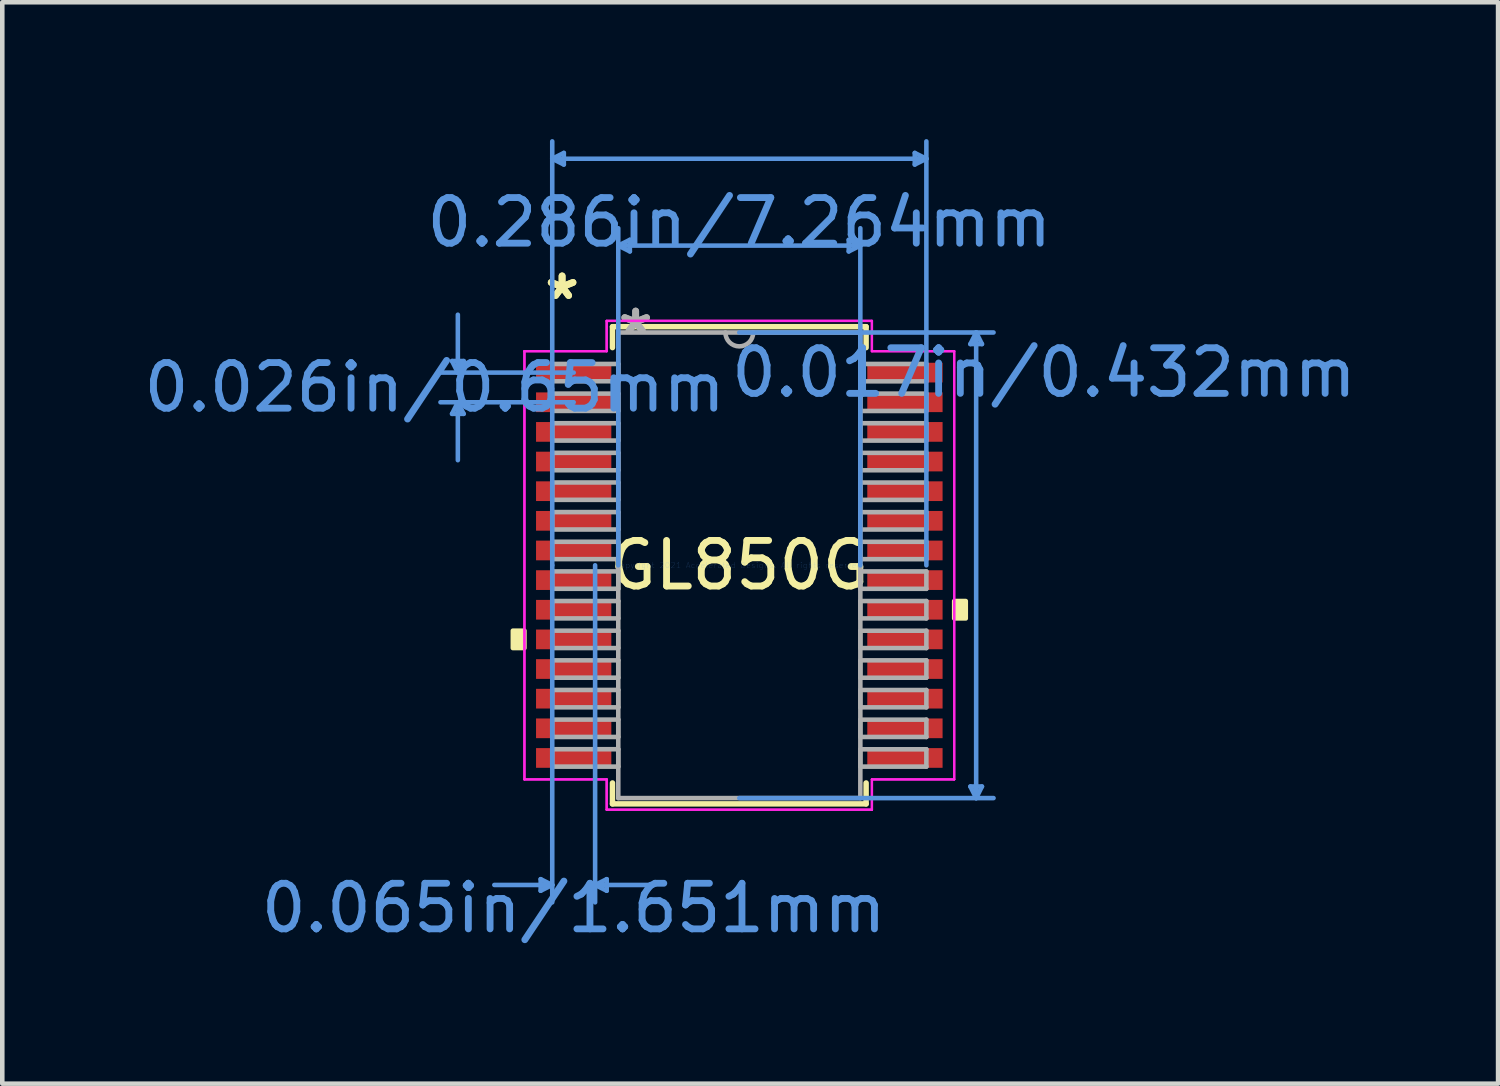
<source format=kicad_pcb>
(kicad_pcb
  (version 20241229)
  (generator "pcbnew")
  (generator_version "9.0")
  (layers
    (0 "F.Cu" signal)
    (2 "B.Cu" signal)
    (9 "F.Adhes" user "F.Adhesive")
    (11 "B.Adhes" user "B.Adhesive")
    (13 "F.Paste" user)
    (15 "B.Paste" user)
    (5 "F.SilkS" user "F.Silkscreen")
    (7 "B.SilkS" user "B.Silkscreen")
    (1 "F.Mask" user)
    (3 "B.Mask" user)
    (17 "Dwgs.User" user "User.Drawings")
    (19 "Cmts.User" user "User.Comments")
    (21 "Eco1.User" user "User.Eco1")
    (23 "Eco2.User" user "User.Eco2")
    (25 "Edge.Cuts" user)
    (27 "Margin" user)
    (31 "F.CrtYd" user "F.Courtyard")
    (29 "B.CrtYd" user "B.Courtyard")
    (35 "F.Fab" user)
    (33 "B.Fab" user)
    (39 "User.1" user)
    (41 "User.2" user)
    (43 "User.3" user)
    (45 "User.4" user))
  (footprint "GL850G"
    (layer "F.Cu")
    (at 13.162 9.346)
    (property "Reference" "GL850G" (at 0 0 0) (layer "F.SilkS") (effects (font (size 1 1) (thickness 0.15))))
    (attr through_hole)
    (fp_line (start -2.781 -5.232) (end -2.781 -4.773) (stroke (width 0.12) (type solid)) (layer "F.SilkS"))
    (fp_line (start -2.781 4.773) (end -2.781 5.232) (stroke (width 0.12) (type solid)) (layer "F.SilkS"))
    (fp_line (start -2.781 5.232) (end 2.781 5.232) (stroke (width 0.12) (type solid)) (layer "F.SilkS"))
    (fp_line (start 2.781 -5.232) (end -2.781 -5.232) (stroke (width 0.12) (type solid)) (layer "F.SilkS"))
    (fp_line (start 2.781 -4.773) (end 2.781 -5.232) (stroke (width 0.12) (type solid)) (layer "F.SilkS"))
    (fp_line (start 2.781 5.232) (end 2.781 4.773) (stroke (width 0.12) (type solid)) (layer "F.SilkS"))
    (fp_poly (pts (xy -4.966 1.434) (xy -4.966 1.815) (xy -4.712 1.815) (xy -4.712 1.434)) (stroke (width 0.1) (type solid)) (fill yes) (layer "F.SilkS"))
    (fp_poly (pts (xy 4.966 0.784) (xy 4.966 1.165) (xy 4.712 1.165) (xy 4.712 0.784)) (stroke (width 0.1) (type solid)) (fill yes) (layer "F.SilkS"))
    (fp_line (start -6.299 -4.479) (end -6.045 -4.479) (stroke (width 0.1) (type solid)) (layer "Cmts.User"))
    (fp_line (start -6.299 -3.321) (end -6.045 -3.321) (stroke (width 0.1) (type solid)) (layer "Cmts.User"))
    (fp_line (start -6.172 -4.225) (end -6.299 -4.479) (stroke (width 0.1) (type solid)) (layer "Cmts.User"))
    (fp_line (start -6.172 -4.225) (end -6.172 -5.495) (stroke (width 0.1) (type solid)) (layer "Cmts.User"))
    (fp_line (start -6.172 -4.225) (end -6.045 -4.479) (stroke (width 0.1) (type solid)) (layer "Cmts.User"))
    (fp_line (start -6.172 -3.575) (end -6.299 -3.321) (stroke (width 0.1) (type solid)) (layer "Cmts.User"))
    (fp_line (start -6.172 -3.575) (end -6.172 -2.305) (stroke (width 0.1) (type solid)) (layer "Cmts.User"))
    (fp_line (start -6.172 -3.575) (end -6.045 -3.321) (stroke (width 0.1) (type solid)) (layer "Cmts.User"))
    (fp_line (start -4.356 6.883) (end -4.356 7.137) (stroke (width 0.1) (type solid)) (layer "Cmts.User"))
    (fp_line (start -4.102 -8.915) (end -3.848 -9.042) (stroke (width 0.1) (type solid)) (layer "Cmts.User"))
    (fp_line (start -4.102 -8.915) (end -3.848 -8.788) (stroke (width 0.1) (type solid)) (layer "Cmts.User"))
    (fp_line (start -4.102 -8.915) (end 4.102 -8.915) (stroke (width 0.1) (type solid)) (layer "Cmts.User"))
    (fp_line (start -4.102 0) (end -4.102 -9.296) (stroke (width 0.1) (type solid)) (layer "Cmts.User"))
    (fp_line (start -4.102 0) (end -4.102 7.391) (stroke (width 0.1) (type solid)) (layer "Cmts.User"))
    (fp_line (start -4.102 7.01) (end -5.372 7.01) (stroke (width 0.1) (type solid)) (layer "Cmts.User"))
    (fp_line (start -4.102 7.01) (end -4.356 6.883) (stroke (width 0.1) (type solid)) (layer "Cmts.User"))
    (fp_line (start -4.102 7.01) (end -4.356 7.137) (stroke (width 0.1) (type solid)) (layer "Cmts.User"))
    (fp_line (start -3.848 -9.042) (end -3.848 -8.788) (stroke (width 0.1) (type solid)) (layer "Cmts.User"))
    (fp_line (start -3.632 -4.225) (end -6.553 -4.225) (stroke (width 0.1) (type solid)) (layer "Cmts.User"))
    (fp_line (start -3.632 -3.575) (end -6.553 -3.575) (stroke (width 0.1) (type solid)) (layer "Cmts.User"))
    (fp_line (start -3.162 0) (end -3.162 7.391) (stroke (width 0.1) (type solid)) (layer "Cmts.User"))
    (fp_line (start -3.162 7.01) (end -2.908 6.883) (stroke (width 0.1) (type solid)) (layer "Cmts.User"))
    (fp_line (start -3.162 7.01) (end -2.908 7.137) (stroke (width 0.1) (type solid)) (layer "Cmts.User"))
    (fp_line (start -3.162 7.01) (end -1.892 7.01) (stroke (width 0.1) (type solid)) (layer "Cmts.User"))
    (fp_line (start -2.908 6.883) (end -2.908 7.137) (stroke (width 0.1) (type solid)) (layer "Cmts.User"))
    (fp_line (start -2.654 -7.01) (end -2.4 -7.137) (stroke (width 0.1) (type solid)) (layer "Cmts.User"))
    (fp_line (start -2.654 -7.01) (end -2.4 -6.883) (stroke (width 0.1) (type solid)) (layer "Cmts.User"))
    (fp_line (start -2.654 -7.01) (end 2.654 -7.01) (stroke (width 0.1) (type solid)) (layer "Cmts.User"))
    (fp_line (start -2.654 0) (end -2.654 -7.391) (stroke (width 0.1) (type solid)) (layer "Cmts.User"))
    (fp_line (start -2.4 -7.137) (end -2.4 -6.883) (stroke (width 0.1) (type solid)) (layer "Cmts.User"))
    (fp_line (start 0 -5.105) (end 5.575 -5.105) (stroke (width 0.1) (type solid)) (layer "Cmts.User"))
    (fp_line (start 0 5.105) (end 5.575 5.105) (stroke (width 0.1) (type solid)) (layer "Cmts.User"))
    (fp_line (start 2.4 -7.137) (end 2.4 -6.883) (stroke (width 0.1) (type solid)) (layer "Cmts.User"))
    (fp_line (start 2.654 -7.01) (end 2.4 -7.137) (stroke (width 0.1) (type solid)) (layer "Cmts.User"))
    (fp_line (start 2.654 -7.01) (end 2.4 -6.883) (stroke (width 0.1) (type solid)) (layer "Cmts.User"))
    (fp_line (start 2.654 0) (end 2.654 -7.391) (stroke (width 0.1) (type solid)) (layer "Cmts.User"))
    (fp_line (start 3.848 -9.042) (end 3.848 -8.788) (stroke (width 0.1) (type solid)) (layer "Cmts.User"))
    (fp_line (start 4.102 -8.915) (end 3.848 -9.042) (stroke (width 0.1) (type solid)) (layer "Cmts.User"))
    (fp_line (start 4.102 -8.915) (end 3.848 -8.788) (stroke (width 0.1) (type solid)) (layer "Cmts.User"))
    (fp_line (start 4.102 0) (end 4.102 -9.296) (stroke (width 0.1) (type solid)) (layer "Cmts.User"))
    (fp_line (start 5.067 -4.851) (end 5.321 -4.851) (stroke (width 0.1) (type solid)) (layer "Cmts.User"))
    (fp_line (start 5.067 4.851) (end 5.321 4.851) (stroke (width 0.1) (type solid)) (layer "Cmts.User"))
    (fp_line (start 5.194 -5.105) (end 5.067 -4.851) (stroke (width 0.1) (type solid)) (layer "Cmts.User"))
    (fp_line (start 5.194 -5.105) (end 5.194 5.105) (stroke (width 0.1) (type solid)) (layer "Cmts.User"))
    (fp_line (start 5.194 -5.105) (end 5.321 -4.851) (stroke (width 0.1) (type solid)) (layer "Cmts.User"))
    (fp_line (start 5.194 5.105) (end 5.067 4.851) (stroke (width 0.1) (type solid)) (layer "Cmts.User"))
    (fp_line (start 5.194 5.105) (end 5.321 4.851) (stroke (width 0.1) (type solid)) (layer "Cmts.User"))
    (fp_line (start -4.712 -4.695) (end -2.908 -4.695) (stroke (width 0.05) (type solid)) (layer "F.CrtYd"))
    (fp_line (start -4.712 -4.695) (end -2.908 -4.695) (stroke (width 0.05) (type solid)) (layer "F.CrtYd"))
    (fp_line (start -4.712 4.695) (end -4.712 -4.695) (stroke (width 0.05) (type solid)) (layer "F.CrtYd"))
    (fp_line (start -4.712 4.695) (end -4.712 -4.695) (stroke (width 0.05) (type solid)) (layer "F.CrtYd"))
    (fp_line (start -4.712 4.695) (end -2.908 4.695) (stroke (width 0.05) (type solid)) (layer "F.CrtYd"))
    (fp_line (start -2.908 -5.359) (end 2.908 -5.359) (stroke (width 0.05) (type solid)) (layer "F.CrtYd"))
    (fp_line (start -2.908 -5.359) (end 2.908 -5.359) (stroke (width 0.05) (type solid)) (layer "F.CrtYd"))
    (fp_line (start -2.908 -4.695) (end -2.908 -5.359) (stroke (width 0.05) (type solid)) (layer "F.CrtYd"))
    (fp_line (start -2.908 -4.695) (end -2.908 -5.359) (stroke (width 0.05) (type solid)) (layer "F.CrtYd"))
    (fp_line (start -2.908 4.695) (end -4.712 4.695) (stroke (width 0.05) (type solid)) (layer "F.CrtYd"))
    (fp_line (start -2.908 5.359) (end -2.908 4.695) (stroke (width 0.05) (type solid)) (layer "F.CrtYd"))
    (fp_line (start -2.908 5.359) (end -2.908 4.695) (stroke (width 0.05) (type solid)) (layer "F.CrtYd"))
    (fp_line (start 2.908 -5.359) (end 2.908 -4.695) (stroke (width 0.05) (type solid)) (layer "F.CrtYd"))
    (fp_line (start 2.908 -5.359) (end 2.908 -4.695) (stroke (width 0.05) (type solid)) (layer "F.CrtYd"))
    (fp_line (start 2.908 -4.695) (end 4.712 -4.695) (stroke (width 0.05) (type solid)) (layer "F.CrtYd"))
    (fp_line (start 2.908 4.695) (end 2.908 5.359) (stroke (width 0.05) (type solid)) (layer "F.CrtYd"))
    (fp_line (start 2.908 4.695) (end 2.908 5.359) (stroke (width 0.05) (type solid)) (layer "F.CrtYd"))
    (fp_line (start 2.908 5.359) (end -2.908 5.359) (stroke (width 0.05) (type solid)) (layer "F.CrtYd"))
    (fp_line (start 2.908 5.359) (end -2.908 5.359) (stroke (width 0.05) (type solid)) (layer "F.CrtYd"))
    (fp_line (start 4.712 -4.695) (end 2.908 -4.695) (stroke (width 0.05) (type solid)) (layer "F.CrtYd"))
    (fp_line (start 4.712 -4.695) (end 4.712 4.695) (stroke (width 0.05) (type solid)) (layer "F.CrtYd"))
    (fp_line (start 4.712 -4.695) (end 4.712 4.695) (stroke (width 0.05) (type solid)) (layer "F.CrtYd"))
    (fp_line (start 4.712 4.695) (end 2.908 4.695) (stroke (width 0.05) (type solid)) (layer "F.CrtYd"))
    (fp_line (start 4.712 4.695) (end 2.908 4.695) (stroke (width 0.05) (type solid)) (layer "F.CrtYd"))
    (fp_line (start -4.102 -4.415) (end -4.102 -4.035) (stroke (width 0.1) (type solid)) (layer "F.Fab"))
    (fp_line (start -4.102 -4.035) (end -2.654 -4.035) (stroke (width 0.1) (type solid)) (layer "F.Fab"))
    (fp_line (start -4.102 -3.765) (end -4.102 -3.385) (stroke (width 0.1) (type solid)) (layer "F.Fab"))
    (fp_line (start -4.102 -3.385) (end -2.654 -3.385) (stroke (width 0.1) (type solid)) (layer "F.Fab"))
    (fp_line (start -4.102 -3.115) (end -4.102 -2.735) (stroke (width 0.1) (type solid)) (layer "F.Fab"))
    (fp_line (start -4.102 -2.735) (end -2.654 -2.735) (stroke (width 0.1) (type solid)) (layer "F.Fab"))
    (fp_line (start -4.102 -2.466) (end -4.102 -2.084) (stroke (width 0.1) (type solid)) (layer "F.Fab"))
    (fp_line (start -4.102 -2.084) (end -2.654 -2.084) (stroke (width 0.1) (type solid)) (layer "F.Fab"))
    (fp_line (start -4.102 -1.816) (end -4.102 -1.435) (stroke (width 0.1) (type solid)) (layer "F.Fab"))
    (fp_line (start -4.102 -1.435) (end -2.654 -1.435) (stroke (width 0.1) (type solid)) (layer "F.Fab"))
    (fp_line (start -4.102 -1.166) (end -4.102 -0.785) (stroke (width 0.1) (type solid)) (layer "F.Fab"))
    (fp_line (start -4.102 -0.785) (end -2.654 -0.785) (stroke (width 0.1) (type solid)) (layer "F.Fab"))
    (fp_line (start -4.102 -0.516) (end -4.102 -0.135) (stroke (width 0.1) (type solid)) (layer "F.Fab"))
    (fp_line (start -4.102 -0.135) (end -2.654 -0.135) (stroke (width 0.1) (type solid)) (layer "F.Fab"))
    (fp_line (start -4.102 0.134) (end -4.102 0.515) (stroke (width 0.1) (type solid)) (layer "F.Fab"))
    (fp_line (start -4.102 0.515) (end -2.654 0.515) (stroke (width 0.1) (type solid)) (layer "F.Fab"))
    (fp_line (start -4.102 0.784) (end -4.102 1.165) (stroke (width 0.1) (type solid)) (layer "F.Fab"))
    (fp_line (start -4.102 1.165) (end -2.654 1.165) (stroke (width 0.1) (type solid)) (layer "F.Fab"))
    (fp_line (start -4.102 1.434) (end -4.102 1.815) (stroke (width 0.1) (type solid)) (layer "F.Fab"))
    (fp_line (start -4.102 1.815) (end -2.654 1.815) (stroke (width 0.1) (type solid)) (layer "F.Fab"))
    (fp_line (start -4.102 2.084) (end -4.102 2.465) (stroke (width 0.1) (type solid)) (layer "F.Fab"))
    (fp_line (start -4.102 2.465) (end -2.654 2.465) (stroke (width 0.1) (type solid)) (layer "F.Fab"))
    (fp_line (start -4.102 2.734) (end -4.102 3.115) (stroke (width 0.1) (type solid)) (layer "F.Fab"))
    (fp_line (start -4.102 3.115) (end -2.654 3.115) (stroke (width 0.1) (type solid)) (layer "F.Fab"))
    (fp_line (start -4.102 3.384) (end -4.102 3.765) (stroke (width 0.1) (type solid)) (layer "F.Fab"))
    (fp_line (start -4.102 3.765) (end -2.654 3.765) (stroke (width 0.1) (type solid)) (layer "F.Fab"))
    (fp_line (start -4.102 4.034) (end -4.102 4.415) (stroke (width 0.1) (type solid)) (layer "F.Fab"))
    (fp_line (start -4.102 4.415) (end -2.654 4.415) (stroke (width 0.1) (type solid)) (layer "F.Fab"))
    (fp_line (start -2.654 -5.105) (end -2.654 5.105) (stroke (width 0.1) (type solid)) (layer "F.Fab"))
    (fp_line (start -2.654 -4.415) (end -4.102 -4.415) (stroke (width 0.1) (type solid)) (layer "F.Fab"))
    (fp_line (start -2.654 -4.035) (end -2.654 -4.415) (stroke (width 0.1) (type solid)) (layer "F.Fab"))
    (fp_line (start -2.654 -3.765) (end -4.102 -3.765) (stroke (width 0.1) (type solid)) (layer "F.Fab"))
    (fp_line (start -2.654 -3.385) (end -2.654 -3.765) (stroke (width 0.1) (type solid)) (layer "F.Fab"))
    (fp_line (start -2.654 -3.115) (end -4.102 -3.115) (stroke (width 0.1) (type solid)) (layer "F.Fab"))
    (fp_line (start -2.654 -2.735) (end -2.654 -3.115) (stroke (width 0.1) (type solid)) (layer "F.Fab"))
    (fp_line (start -2.654 -2.466) (end -4.102 -2.466) (stroke (width 0.1) (type solid)) (layer "F.Fab"))
    (fp_line (start -2.654 -2.084) (end -2.654 -2.466) (stroke (width 0.1) (type solid)) (layer "F.Fab"))
    (fp_line (start -2.654 -1.816) (end -4.102 -1.816) (stroke (width 0.1) (type solid)) (layer "F.Fab"))
    (fp_line (start -2.654 -1.435) (end -2.654 -1.816) (stroke (width 0.1) (type solid)) (layer "F.Fab"))
    (fp_line (start -2.654 -1.166) (end -4.102 -1.166) (stroke (width 0.1) (type solid)) (layer "F.Fab"))
    (fp_line (start -2.654 -0.785) (end -2.654 -1.166) (stroke (width 0.1) (type solid)) (layer "F.Fab"))
    (fp_line (start -2.654 -0.516) (end -4.102 -0.516) (stroke (width 0.1) (type solid)) (layer "F.Fab"))
    (fp_line (start -2.654 -0.135) (end -2.654 -0.516) (stroke (width 0.1) (type solid)) (layer "F.Fab"))
    (fp_line (start -2.654 0.134) (end -4.102 0.134) (stroke (width 0.1) (type solid)) (layer "F.Fab"))
    (fp_line (start -2.654 0.515) (end -2.654 0.134) (stroke (width 0.1) (type solid)) (layer "F.Fab"))
    (fp_line (start -2.654 0.784) (end -4.102 0.784) (stroke (width 0.1) (type solid)) (layer "F.Fab"))
    (fp_line (start -2.654 1.165) (end -2.654 0.784) (stroke (width 0.1) (type solid)) (layer "F.Fab"))
    (fp_line (start -2.654 1.434) (end -4.102 1.434) (stroke (width 0.1) (type solid)) (layer "F.Fab"))
    (fp_line (start -2.654 1.815) (end -2.654 1.434) (stroke (width 0.1) (type solid)) (layer "F.Fab"))
    (fp_line (start -2.654 2.084) (end -4.102 2.084) (stroke (width 0.1) (type solid)) (layer "F.Fab"))
    (fp_line (start -2.654 2.465) (end -2.654 2.084) (stroke (width 0.1) (type solid)) (layer "F.Fab"))
    (fp_line (start -2.654 2.734) (end -4.102 2.734) (stroke (width 0.1) (type solid)) (layer "F.Fab"))
    (fp_line (start -2.654 3.115) (end -2.654 2.734) (stroke (width 0.1) (type solid)) (layer "F.Fab"))
    (fp_line (start -2.654 3.384) (end -4.102 3.384) (stroke (width 0.1) (type solid)) (layer "F.Fab"))
    (fp_line (start -2.654 3.765) (end -2.654 3.384) (stroke (width 0.1) (type solid)) (layer "F.Fab"))
    (fp_line (start -2.654 4.034) (end -4.102 4.034) (stroke (width 0.1) (type solid)) (layer "F.Fab"))
    (fp_line (start -2.654 4.415) (end -2.654 4.034) (stroke (width 0.1) (type solid)) (layer "F.Fab"))
    (fp_line (start -2.654 5.105) (end 2.654 5.105) (stroke (width 0.1) (type solid)) (layer "F.Fab"))
    (fp_line (start 2.654 -5.105) (end -2.654 -5.105) (stroke (width 0.1) (type solid)) (layer "F.Fab"))
    (fp_line (start 2.654 -4.415) (end 2.654 -4.034) (stroke (width 0.1) (type solid)) (layer "F.Fab"))
    (fp_line (start 2.654 -4.034) (end 4.102 -4.034) (stroke (width 0.1) (type solid)) (layer "F.Fab"))
    (fp_line (start 2.654 -3.765) (end 2.654 -3.384) (stroke (width 0.1) (type solid)) (layer "F.Fab"))
    (fp_line (start 2.654 -3.384) (end 4.102 -3.384) (stroke (width 0.1) (type solid)) (layer "F.Fab"))
    (fp_line (start 2.654 -3.115) (end 2.654 -2.734) (stroke (width 0.1) (type solid)) (layer "F.Fab"))
    (fp_line (start 2.654 -2.734) (end 4.102 -2.734) (stroke (width 0.1) (type solid)) (layer "F.Fab"))
    (fp_line (start 2.654 -2.465) (end 2.654 -2.084) (stroke (width 0.1) (type solid)) (layer "F.Fab"))
    (fp_line (start 2.654 -2.084) (end 4.102 -2.084) (stroke (width 0.1) (type solid)) (layer "F.Fab"))
    (fp_line (start 2.654 -1.815) (end 2.654 -1.434) (stroke (width 0.1) (type solid)) (layer "F.Fab"))
    (fp_line (start 2.654 -1.434) (end 4.102 -1.434) (stroke (width 0.1) (type solid)) (layer "F.Fab"))
    (fp_line (start 2.654 -1.165) (end 2.654 -0.784) (stroke (width 0.1) (type solid)) (layer "F.Fab"))
    (fp_line (start 2.654 -0.784) (end 4.102 -0.784) (stroke (width 0.1) (type solid)) (layer "F.Fab"))
    (fp_line (start 2.654 -0.515) (end 2.654 -0.134) (stroke (width 0.1) (type solid)) (layer "F.Fab"))
    (fp_line (start 2.654 -0.134) (end 4.102 -0.134) (stroke (width 0.1) (type solid)) (layer "F.Fab"))
    (fp_line (start 2.654 0.135) (end 2.654 0.516) (stroke (width 0.1) (type solid)) (layer "F.Fab"))
    (fp_line (start 2.654 0.516) (end 4.102 0.516) (stroke (width 0.1) (type solid)) (layer "F.Fab"))
    (fp_line (start 2.654 0.784) (end 2.654 1.165) (stroke (width 0.1) (type solid)) (layer "F.Fab"))
    (fp_line (start 2.654 1.165) (end 4.102 1.165) (stroke (width 0.1) (type solid)) (layer "F.Fab"))
    (fp_line (start 2.654 1.435) (end 2.654 1.815) (stroke (width 0.1) (type solid)) (layer "F.Fab"))
    (fp_line (start 2.654 1.815) (end 4.102 1.815) (stroke (width 0.1) (type solid)) (layer "F.Fab"))
    (fp_line (start 2.654 2.084) (end 2.654 2.466) (stroke (width 0.1) (type solid)) (layer "F.Fab"))
    (fp_line (start 2.654 2.466) (end 4.102 2.466) (stroke (width 0.1) (type solid)) (layer "F.Fab"))
    (fp_line (start 2.654 2.735) (end 2.654 3.115) (stroke (width 0.1) (type solid)) (layer "F.Fab"))
    (fp_line (start 2.654 3.115) (end 4.102 3.115) (stroke (width 0.1) (type solid)) (layer "F.Fab"))
    (fp_line (start 2.654 3.385) (end 2.654 3.765) (stroke (width 0.1) (type solid)) (layer "F.Fab"))
    (fp_line (start 2.654 3.765) (end 4.102 3.765) (stroke (width 0.1) (type solid)) (layer "F.Fab"))
    (fp_line (start 2.654 4.035) (end 2.654 4.415) (stroke (width 0.1) (type solid)) (layer "F.Fab"))
    (fp_line (start 2.654 4.415) (end 4.102 4.415) (stroke (width 0.1) (type solid)) (layer "F.Fab"))
    (fp_line (start 2.654 5.105) (end 2.654 -5.105) (stroke (width 0.1) (type solid)) (layer "F.Fab"))
    (fp_line (start 4.102 -4.415) (end 2.654 -4.415) (stroke (width 0.1) (type solid)) (layer "F.Fab"))
    (fp_line (start 4.102 -4.034) (end 4.102 -4.415) (stroke (width 0.1) (type solid)) (layer "F.Fab"))
    (fp_line (start 4.102 -3.765) (end 2.654 -3.765) (stroke (width 0.1) (type solid)) (layer "F.Fab"))
    (fp_line (start 4.102 -3.384) (end 4.102 -3.765) (stroke (width 0.1) (type solid)) (layer "F.Fab"))
    (fp_line (start 4.102 -3.115) (end 2.654 -3.115) (stroke (width 0.1) (type solid)) (layer "F.Fab"))
    (fp_line (start 4.102 -2.734) (end 4.102 -3.115) (stroke (width 0.1) (type solid)) (layer "F.Fab"))
    (fp_line (start 4.102 -2.465) (end 2.654 -2.465) (stroke (width 0.1) (type solid)) (layer "F.Fab"))
    (fp_line (start 4.102 -2.084) (end 4.102 -2.465) (stroke (width 0.1) (type solid)) (layer "F.Fab"))
    (fp_line (start 4.102 -1.815) (end 2.654 -1.815) (stroke (width 0.1) (type solid)) (layer "F.Fab"))
    (fp_line (start 4.102 -1.434) (end 4.102 -1.815) (stroke (width 0.1) (type solid)) (layer "F.Fab"))
    (fp_line (start 4.102 -1.165) (end 2.654 -1.165) (stroke (width 0.1) (type solid)) (layer "F.Fab"))
    (fp_line (start 4.102 -0.784) (end 4.102 -1.165) (stroke (width 0.1) (type solid)) (layer "F.Fab"))
    (fp_line (start 4.102 -0.515) (end 2.654 -0.515) (stroke (width 0.1) (type solid)) (layer "F.Fab"))
    (fp_line (start 4.102 -0.134) (end 4.102 -0.515) (stroke (width 0.1) (type solid)) (layer "F.Fab"))
    (fp_line (start 4.102 0.135) (end 2.654 0.135) (stroke (width 0.1) (type solid)) (layer "F.Fab"))
    (fp_line (start 4.102 0.516) (end 4.102 0.135) (stroke (width 0.1) (type solid)) (layer "F.Fab"))
    (fp_line (start 4.102 0.784) (end 2.654 0.784) (stroke (width 0.1) (type solid)) (layer "F.Fab"))
    (fp_line (start 4.102 1.165) (end 4.102 0.784) (stroke (width 0.1) (type solid)) (layer "F.Fab"))
    (fp_line (start 4.102 1.435) (end 2.654 1.435) (stroke (width 0.1) (type solid)) (layer "F.Fab"))
    (fp_line (start 4.102 1.815) (end 4.102 1.435) (stroke (width 0.1) (type solid)) (layer "F.Fab"))
    (fp_line (start 4.102 2.084) (end 2.654 2.084) (stroke (width 0.1) (type solid)) (layer "F.Fab"))
    (fp_line (start 4.102 2.466) (end 4.102 2.084) (stroke (width 0.1) (type solid)) (layer "F.Fab"))
    (fp_line (start 4.102 2.735) (end 2.654 2.735) (stroke (width 0.1) (type solid)) (layer "F.Fab"))
    (fp_line (start 4.102 3.115) (end 4.102 2.735) (stroke (width 0.1) (type solid)) (layer "F.Fab"))
    (fp_line (start 4.102 3.385) (end 2.654 3.385) (stroke (width 0.1) (type solid)) (layer "F.Fab"))
    (fp_line (start 4.102 3.765) (end 4.102 3.385) (stroke (width 0.1) (type solid)) (layer "F.Fab"))
    (fp_line (start 4.102 4.035) (end 2.654 4.035) (stroke (width 0.1) (type solid)) (layer "F.Fab"))
    (fp_line (start 4.102 4.415) (end 4.102 4.035) (stroke (width 0.1) (type solid)) (layer "F.Fab"))
    (fp_arc (start 0.3048 -5.1054) (mid 0 -4.8006) (end -0.3048 -5.1054) (stroke (width 0.1) (type solid)) (layer "F.Fab"))
    (fp_text user "*" (at -3.886 -5.8 0) (layer "F.SilkS") (effects (font (size 1 1) (thickness 0.15))))
    (fp_text user "*" (at -3.886 -5.8 0) (layer "F.SilkS") (effects (font (size 1 1) (thickness 0.15))))
    (fp_text user "0.026in/0.65mm" (at -6.68 -3.9 0) (layer "Cmts.User") (effects (font (size 1 1) (thickness 0.15))))
    (fp_text user "Copyright 2021 Accelerated Designs. All rights reserved." (at 0 0 0) (layer "Cmts.User") (effects (font (size 0.127 0.127) (thickness 0.002))))
    (fp_text user "0.286in/7.264mm" (at 0 -7.518 0) (layer "Cmts.User") (effects (font (size 1 1) (thickness 0.15))))
    (fp_text user "0.017in/0.432mm" (at 6.68 -4.225 0) (layer "Cmts.User") (effects (font (size 1 1) (thickness 0.15))))
    (fp_text user "0.065in/1.651mm" (at -3.632 7.518 0) (layer "Cmts.User") (effects (font (size 1 1) (thickness 0.15))))
    (fp_text user "*" (at -2.273 -5.029 0) (layer "F.Fab") (effects (font (size 1 1) (thickness 0.15))))
    (fp_text user "*" (at -2.273 -5.029 0) (layer "F.Fab") (effects (font (size 1 1) (thickness 0.15))))
    (pad "1" smd rect (at -3.632 -4.225) (size 1.651 0.432) (layers "F.Cu" "F.Mask" "F.Paste"))
    (pad "2" smd rect (at -3.632 -3.575) (size 1.651 0.432) (layers "F.Cu" "F.Mask" "F.Paste"))
    (pad "3" smd rect (at -3.632 -2.925) (size 1.651 0.432) (layers "F.Cu" "F.Mask" "F.Paste"))
    (pad "4" smd rect (at -3.632 -2.275) (size 1.651 0.432) (layers "F.Cu" "F.Mask" "F.Paste"))
    (pad "5" smd rect (at -3.632 -1.625) (size 1.651 0.432) (layers "F.Cu" "F.Mask" "F.Paste"))
    (pad "6" smd rect (at -3.632 -0.975) (size 1.651 0.432) (layers "F.Cu" "F.Mask" "F.Paste"))
    (pad "7" smd rect (at -3.632 -0.325) (size 1.651 0.432) (layers "F.Cu" "F.Mask" "F.Paste"))
    (pad "8" smd rect (at -3.632 0.325) (size 1.651 0.432) (layers "F.Cu" "F.Mask" "F.Paste"))
    (pad "9" smd rect (at -3.632 0.975) (size 1.651 0.432) (layers "F.Cu" "F.Mask" "F.Paste"))
    (pad "10" smd rect (at -3.632 1.625) (size 1.651 0.432) (layers "F.Cu" "F.Mask" "F.Paste"))
    (pad "11" smd rect (at -3.632 2.275) (size 1.651 0.432) (layers "F.Cu" "F.Mask" "F.Paste"))
    (pad "12" smd rect (at -3.632 2.925) (size 1.651 0.432) (layers "F.Cu" "F.Mask" "F.Paste"))
    (pad "13" smd rect (at -3.632 3.575) (size 1.651 0.432) (layers "F.Cu" "F.Mask" "F.Paste"))
    (pad "14" smd rect (at -3.632 4.225) (size 1.651 0.432) (layers "F.Cu" "F.Mask" "F.Paste"))
    (pad "15" smd rect (at 3.632 4.225) (size 1.651 0.432) (layers "F.Cu" "F.Mask" "F.Paste"))
    (pad "16" smd rect (at 3.632 3.575) (size 1.651 0.432) (layers "F.Cu" "F.Mask" "F.Paste"))
    (pad "17" smd rect (at 3.632 2.925) (size 1.651 0.432) (layers "F.Cu" "F.Mask" "F.Paste"))
    (pad "18" smd rect (at 3.632 2.275) (size 1.651 0.432) (layers "F.Cu" "F.Mask" "F.Paste"))
    (pad "19" smd rect (at 3.632 1.625) (size 1.651 0.432) (layers "F.Cu" "F.Mask" "F.Paste"))
    (pad "20" smd rect (at 3.632 0.975) (size 1.651 0.432) (layers "F.Cu" "F.Mask" "F.Paste"))
    (pad "21" smd rect (at 3.632 0.325) (size 1.651 0.432) (layers "F.Cu" "F.Mask" "F.Paste"))
    (pad "22" smd rect (at 3.632 -0.325) (size 1.651 0.432) (layers "F.Cu" "F.Mask" "F.Paste"))
    (pad "23" smd rect (at 3.632 -0.975) (size 1.651 0.432) (layers "F.Cu" "F.Mask" "F.Paste"))
    (pad "24" smd rect (at 3.632 -1.625) (size 1.651 0.432) (layers "F.Cu" "F.Mask" "F.Paste"))
    (pad "25" smd rect (at 3.632 -2.275) (size 1.651 0.432) (layers "F.Cu" "F.Mask" "F.Paste"))
    (pad "26" smd rect (at 3.632 -2.925) (size 1.651 0.432) (layers "F.Cu" "F.Mask" "F.Paste"))
    (pad "27" smd rect (at 3.632 -3.575) (size 1.651 0.432) (layers "F.Cu" "F.Mask" "F.Paste"))
    (pad "28" smd rect (at 3.632 -4.225) (size 1.651 0.432) (layers "F.Cu" "F.Mask" "F.Paste")))
  (gr_rect
    (start -3 -3)
    (end 29.801 20.713)
    (stroke (width 0.1) (type default))
    (fill no)
    (layer "Edge.Cuts")))
</source>
